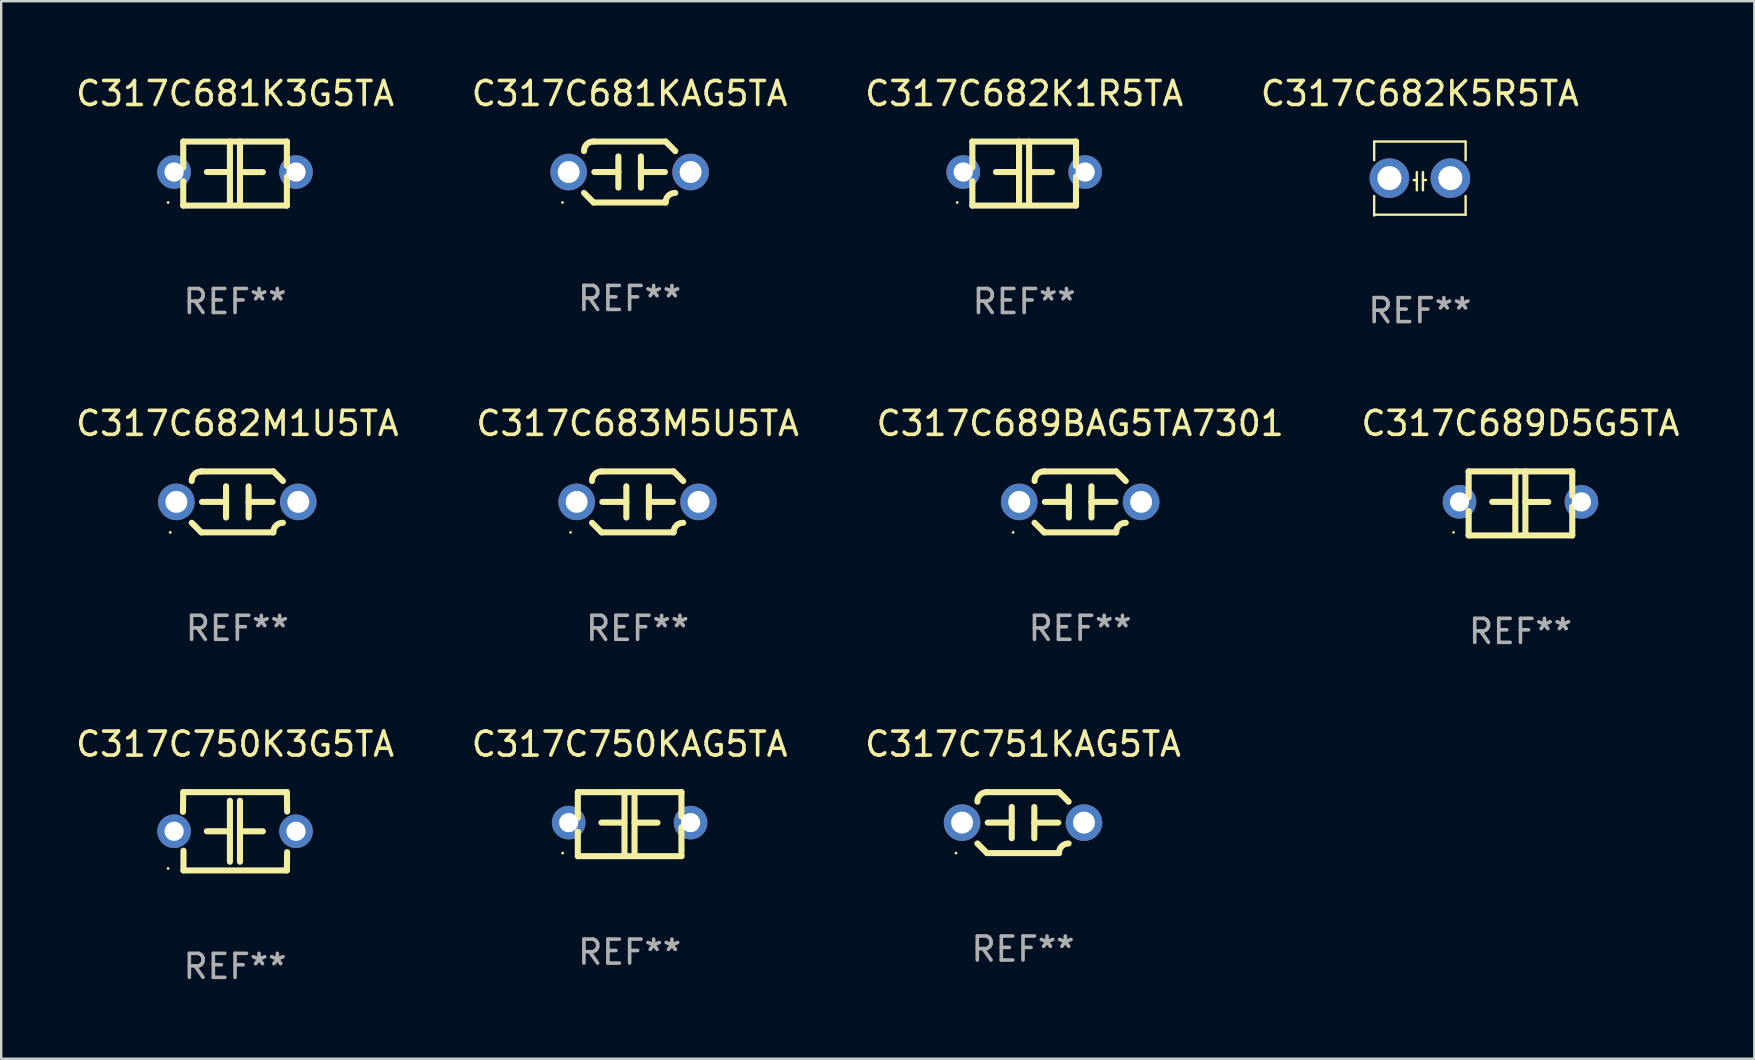
<source format=kicad_pcb>
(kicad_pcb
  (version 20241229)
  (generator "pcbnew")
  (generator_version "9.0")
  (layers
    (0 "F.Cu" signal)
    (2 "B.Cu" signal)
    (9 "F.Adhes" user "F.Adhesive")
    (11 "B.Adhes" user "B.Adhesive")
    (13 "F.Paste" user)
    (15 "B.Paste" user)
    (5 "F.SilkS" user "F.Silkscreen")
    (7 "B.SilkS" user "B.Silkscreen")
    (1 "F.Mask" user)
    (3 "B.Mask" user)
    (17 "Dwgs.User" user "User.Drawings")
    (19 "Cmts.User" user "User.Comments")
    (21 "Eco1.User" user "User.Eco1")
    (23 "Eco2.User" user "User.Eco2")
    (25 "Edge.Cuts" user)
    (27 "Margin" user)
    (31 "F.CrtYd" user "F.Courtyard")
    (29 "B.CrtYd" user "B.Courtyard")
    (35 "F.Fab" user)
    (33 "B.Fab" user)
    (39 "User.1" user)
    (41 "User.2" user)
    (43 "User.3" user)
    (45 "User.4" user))
  (footprint "C317C681KAG5TA"
    (layer "F.Cu")
    (at 23.185 4.118)
    (property "Reference" "C317C681KAG5TA" (at 0 -3.27 0) (layer "F.SilkS") (effects (font (size 1 1) (thickness 0.15))))
    (attr through_hole)
    (fp_line (start -1.5 -1.27) (end 1.5 -1.27) (stroke (width 0.254) (type solid)) (layer "F.SilkS"))
    (fp_line (start -0.47 -0.65) (end -0.47 0.65) (stroke (width 0.254) (type solid)) (layer "F.SilkS"))
    (fp_line (start -0.47 -0.000381) (end -1.47 -0.000381) (stroke (width 0.254) (type solid)) (layer "F.SilkS"))
    (fp_line (start 0.47 0.000356) (end 1.47 0.000356) (stroke (width 0.254) (type solid)) (layer "F.SilkS"))
    (fp_line (start 0.47 0.65) (end 0.47 -0.65) (stroke (width 0.254) (type solid)) (layer "F.SilkS"))
    (fp_line (start 1.5 1.27) (end -1.5 1.27) (stroke (width 0.254) (type solid)) (layer "F.SilkS"))
    (fp_arc (start -1.899924 -0.871221) (mid -1.78599 -1.156887) (end -1.5 -1.270003) (stroke (width 0.254001) (type solid)) (layer "F.SilkS"))
    (fp_arc (start -1.501217 1.269929) (mid -1.700682 1.070039) (end -1.9 0.870003) (stroke (width 0.254001) (type solid)) (layer "F.SilkS"))
    (fp_arc (start 1.5 1.270003) (mid 1.614112 0.984517) (end 1.899923 0.871222) (stroke (width 0.254001) (type solid)) (layer "F.SilkS"))
    (fp_arc (start 1.501219 -1.269927) (mid 1.70319 -1.072538) (end 1.9 -0.870003) (stroke (width 0.254001) (type solid)) (layer "F.SilkS"))
    (fp_circle (center -2.795 1.27) (end -2.765 1.27) (stroke (width 0.06) (type solid)) (fill no) (layer "F.SilkS"))
    (fp_text user "REF**" (at 0 5.27 0) (layer "F.Fab") (effects (font (size 1 1) (thickness 0.15))))
    (pad "1" thru_hole circle (at -2.54 0) (size 1.524 1.524) (drill 0.914) (layers "*.Cu" "*.Mask"))
    (pad "2" thru_hole circle (at 2.54 0) (size 1.524 1.524) (drill 0.914) (layers "*.Cu" "*.Mask")))
  (footprint "C317C750KAG5TA"
    (layer "F.Cu")
    (at 23.185 31.29)
    (property "Reference" "C317C750KAG5TA" (at 0 -3.334 0) (layer "F.SilkS") (effects (font (size 1 1) (thickness 0.15))))
    (attr through_hole)
    (fp_line (start -2.159 -1.334) (end 2.159 -1.334) (stroke (width 0.254) (type solid)) (layer "F.SilkS"))
    (fp_line (start -2.159 -0.256) (end -2.159 -1.334) (stroke (width 0.254) (type solid)) (layer "F.SilkS"))
    (fp_line (start -2.159 1.334) (end -2.159 0.318) (stroke (width 0.254) (type solid)) (layer "F.SilkS"))
    (fp_line (start -0.22 -0.064) (end -1.175 -0.064) (stroke (width 0.254) (type solid)) (layer "F.SilkS"))
    (fp_line (start -0.214 -1.334) (end -0.214 1.207) (stroke (width 0.254) (type solid)) (layer "F.SilkS"))
    (fp_line (start 0.205 -1.334) (end 0.205 1.207) (stroke (width 0.254) (type solid)) (layer "F.SilkS"))
    (fp_line (start 0.205 -0.061) (end 1.16 -0.061) (stroke (width 0.254) (type solid)) (layer "F.SilkS"))
    (fp_line (start 2.159 -1.334) (end 2.159 -0.318) (stroke (width 0.254) (type solid)) (layer "F.SilkS"))
    (fp_line (start 2.159 0.129) (end 2.159 1.334) (stroke (width 0.254) (type solid)) (layer "F.SilkS"))
    (fp_line (start 2.159 1.334) (end -2.159 1.334) (stroke (width 0.254) (type solid)) (layer "F.SilkS"))
    (fp_circle (center -2.79 1.207) (end -2.76 1.207) (stroke (width 0.06) (type solid)) (fill no) (layer "F.SilkS"))
    (fp_text user "REF**" (at 0 5.334 0) (layer "F.Fab") (effects (font (size 1 1) (thickness 0.15))))
    (pad "1" thru_hole circle (at -2.54 -0.064) (size 1.4 1.4) (drill 0.8) (layers "*.Cu" "*.Mask"))
    (pad "2" thru_hole circle (at 2.54 -0.064) (size 1.4 1.4) (drill 0.8) (layers "*.Cu" "*.Mask")))
  (footprint "C317C751KAG5TA"
    (layer "F.Cu")
    (at 39.577 31.226)
    (property "Reference" "C317C751KAG5TA" (at 0 -3.27 0) (layer "F.SilkS") (effects (font (size 1 1) (thickness 0.15))))
    (attr through_hole)
    (fp_line (start -1.5 -1.27) (end 1.5 -1.27) (stroke (width 0.254) (type solid)) (layer "F.SilkS"))
    (fp_line (start -0.47 -0.65) (end -0.47 0.65) (stroke (width 0.254) (type solid)) (layer "F.SilkS"))
    (fp_line (start -0.47 -0.000381) (end -1.47 -0.000381) (stroke (width 0.254) (type solid)) (layer "F.SilkS"))
    (fp_line (start 0.47 0.000356) (end 1.47 0.000356) (stroke (width 0.254) (type solid)) (layer "F.SilkS"))
    (fp_line (start 0.47 0.65) (end 0.47 -0.65) (stroke (width 0.254) (type solid)) (layer "F.SilkS"))
    (fp_line (start 1.5 1.27) (end -1.5 1.27) (stroke (width 0.254) (type solid)) (layer "F.SilkS"))
    (fp_arc (start -1.899924 -0.871221) (mid -1.78599 -1.156887) (end -1.5 -1.270003) (stroke (width 0.254001) (type solid)) (layer "F.SilkS"))
    (fp_arc (start -1.501217 1.269929) (mid -1.700682 1.070039) (end -1.9 0.870003) (stroke (width 0.254001) (type solid)) (layer "F.SilkS"))
    (fp_arc (start 1.5 1.270003) (mid 1.614112 0.984517) (end 1.899923 0.871222) (stroke (width 0.254001) (type solid)) (layer "F.SilkS"))
    (fp_arc (start 1.501219 -1.269927) (mid 1.70319 -1.072538) (end 1.9 -0.870003) (stroke (width 0.254001) (type solid)) (layer "F.SilkS"))
    (fp_circle (center -2.795 1.27) (end -2.765 1.27) (stroke (width 0.06) (type solid)) (fill no) (layer "F.SilkS"))
    (fp_text user "REF**" (at 0 5.27 0) (layer "F.Fab") (effects (font (size 1 1) (thickness 0.15))))
    (pad "1" thru_hole circle (at -2.54 0) (size 1.524 1.524) (drill 0.914) (layers "*.Cu" "*.Mask"))
    (pad "2" thru_hole circle (at 2.54 0) (size 1.524 1.524) (drill 0.914) (layers "*.Cu" "*.Mask")))
  (footprint "C317C681K3G5TA"
    (layer "F.Cu")
    (at 6.744 4.182)
    (property "Reference" "C317C681K3G5TA" (at 0 -3.334 0) (layer "F.SilkS") (effects (font (size 1 1) (thickness 0.15))))
    (attr through_hole)
    (fp_line (start -2.159 -1.334) (end 2.159 -1.334) (stroke (width 0.254) (type solid)) (layer "F.SilkS"))
    (fp_line (start -2.159 -0.256) (end -2.159 -1.334) (stroke (width 0.254) (type solid)) (layer "F.SilkS"))
    (fp_line (start -2.159 1.334) (end -2.159 0.318) (stroke (width 0.254) (type solid)) (layer "F.SilkS"))
    (fp_line (start -0.22 -0.064) (end -1.175 -0.064) (stroke (width 0.254) (type solid)) (layer "F.SilkS"))
    (fp_line (start -0.214 -1.334) (end -0.214 1.207) (stroke (width 0.254) (type solid)) (layer "F.SilkS"))
    (fp_line (start 0.205 -1.334) (end 0.205 1.207) (stroke (width 0.254) (type solid)) (layer "F.SilkS"))
    (fp_line (start 0.205 -0.061) (end 1.16 -0.061) (stroke (width 0.254) (type solid)) (layer "F.SilkS"))
    (fp_line (start 2.159 -1.334) (end 2.159 -0.318) (stroke (width 0.254) (type solid)) (layer "F.SilkS"))
    (fp_line (start 2.159 0.129) (end 2.159 1.334) (stroke (width 0.254) (type solid)) (layer "F.SilkS"))
    (fp_line (start 2.159 1.334) (end -2.159 1.334) (stroke (width 0.254) (type solid)) (layer "F.SilkS"))
    (fp_circle (center -2.79 1.207) (end -2.76 1.207) (stroke (width 0.06) (type solid)) (fill no) (layer "F.SilkS"))
    (fp_text user "REF**" (at 0 5.334 0) (layer "F.Fab") (effects (font (size 1 1) (thickness 0.15))))
    (pad "1" thru_hole circle (at -2.54 -0.064) (size 1.4 1.4) (drill 0.8) (layers "*.Cu" "*.Mask"))
    (pad "2" thru_hole circle (at 2.54 -0.064) (size 1.4 1.4) (drill 0.8) (layers "*.Cu" "*.Mask")))
  (footprint "C317C682M1U5TA"
    (layer "F.Cu")
    (at 6.839 17.863)
    (property "Reference" "C317C682M1U5TA" (at 0 -3.27 0) (layer "F.SilkS") (effects (font (size 1 1) (thickness 0.15))))
    (attr through_hole)
    (fp_line (start -1.5 -1.27) (end 1.5 -1.27) (stroke (width 0.254) (type solid)) (layer "F.SilkS"))
    (fp_line (start -0.47 -0.65) (end -0.47 0.65) (stroke (width 0.254) (type solid)) (layer "F.SilkS"))
    (fp_line (start -0.47 -0.000381) (end -1.47 -0.000381) (stroke (width 0.254) (type solid)) (layer "F.SilkS"))
    (fp_line (start 0.47 0.000356) (end 1.47 0.000356) (stroke (width 0.254) (type solid)) (layer "F.SilkS"))
    (fp_line (start 0.47 0.65) (end 0.47 -0.65) (stroke (width 0.254) (type solid)) (layer "F.SilkS"))
    (fp_line (start 1.5 1.27) (end -1.5 1.27) (stroke (width 0.254) (type solid)) (layer "F.SilkS"))
    (fp_arc (start -1.899924 -0.871221) (mid -1.78599 -1.156887) (end -1.5 -1.270003) (stroke (width 0.254001) (type solid)) (layer "F.SilkS"))
    (fp_arc (start -1.501217 1.269929) (mid -1.700682 1.070039) (end -1.9 0.870003) (stroke (width 0.254001) (type solid)) (layer "F.SilkS"))
    (fp_arc (start 1.5 1.270003) (mid 1.614112 0.984517) (end 1.899923 0.871222) (stroke (width 0.254001) (type solid)) (layer "F.SilkS"))
    (fp_arc (start 1.501219 -1.269927) (mid 1.70319 -1.072538) (end 1.9 -0.870003) (stroke (width 0.254001) (type solid)) (layer "F.SilkS"))
    (fp_circle (center -2.795 1.27) (end -2.765 1.27) (stroke (width 0.06) (type solid)) (fill no) (layer "F.SilkS"))
    (fp_text user "REF**" (at 0 5.27 0) (layer "F.Fab") (effects (font (size 1 1) (thickness 0.15))))
    (pad "1" thru_hole circle (at -2.54 0) (size 1.524 1.524) (drill 0.914) (layers "*.Cu" "*.Mask"))
    (pad "2" thru_hole circle (at 2.54 0) (size 1.524 1.524) (drill 0.914) (layers "*.Cu" "*.Mask")))
  (footprint "C317C689D5G5TA"
    (layer "F.Cu")
    (at 60.304 17.926)
    (property "Reference" "C317C689D5G5TA" (at 0 -3.334 0) (layer "F.SilkS") (effects (font (size 1 1) (thickness 0.15))))
    (attr through_hole)
    (fp_line (start -2.159 -1.334) (end 2.159 -1.334) (stroke (width 0.254) (type solid)) (layer "F.SilkS"))
    (fp_line (start -2.159 -0.256) (end -2.159 -1.334) (stroke (width 0.254) (type solid)) (layer "F.SilkS"))
    (fp_line (start -2.159 1.334) (end -2.159 0.318) (stroke (width 0.254) (type solid)) (layer "F.SilkS"))
    (fp_line (start -0.22 -0.064) (end -1.175 -0.064) (stroke (width 0.254) (type solid)) (layer "F.SilkS"))
    (fp_line (start -0.214 -1.334) (end -0.214 1.207) (stroke (width 0.254) (type solid)) (layer "F.SilkS"))
    (fp_line (start 0.205 -1.334) (end 0.205 1.207) (stroke (width 0.254) (type solid)) (layer "F.SilkS"))
    (fp_line (start 0.205 -0.061) (end 1.16 -0.061) (stroke (width 0.254) (type solid)) (layer "F.SilkS"))
    (fp_line (start 2.159 -1.334) (end 2.159 -0.318) (stroke (width 0.254) (type solid)) (layer "F.SilkS"))
    (fp_line (start 2.159 0.129) (end 2.159 1.334) (stroke (width 0.254) (type solid)) (layer "F.SilkS"))
    (fp_line (start 2.159 1.334) (end -2.159 1.334) (stroke (width 0.254) (type solid)) (layer "F.SilkS"))
    (fp_circle (center -2.79 1.207) (end -2.76 1.207) (stroke (width 0.06) (type solid)) (fill no) (layer "F.SilkS"))
    (fp_text user "REF**" (at 0 5.334 0) (layer "F.Fab") (effects (font (size 1 1) (thickness 0.15))))
    (pad "1" thru_hole circle (at -2.54 -0.064) (size 1.4 1.4) (drill 0.8) (layers "*.Cu" "*.Mask"))
    (pad "2" thru_hole circle (at 2.54 -0.064) (size 1.4 1.4) (drill 0.8) (layers "*.Cu" "*.Mask")))
  (footprint "C317C689BAG5TA7301"
    (layer "F.Cu")
    (at 41.958 17.863)
    (property "Reference" "C317C689BAG5TA7301" (at 0 -3.27 0) (layer "F.SilkS") (effects (font (size 1 1) (thickness 0.15))))
    (attr through_hole)
    (fp_line (start -1.5 -1.27) (end 1.5 -1.27) (stroke (width 0.254) (type solid)) (layer "F.SilkS"))
    (fp_line (start -0.47 -0.65) (end -0.47 0.65) (stroke (width 0.254) (type solid)) (layer "F.SilkS"))
    (fp_line (start -0.47 -0.000381) (end -1.47 -0.000381) (stroke (width 0.254) (type solid)) (layer "F.SilkS"))
    (fp_line (start 0.47 0.000356) (end 1.47 0.000356) (stroke (width 0.254) (type solid)) (layer "F.SilkS"))
    (fp_line (start 0.47 0.65) (end 0.47 -0.65) (stroke (width 0.254) (type solid)) (layer "F.SilkS"))
    (fp_line (start 1.5 1.27) (end -1.5 1.27) (stroke (width 0.254) (type solid)) (layer "F.SilkS"))
    (fp_arc (start -1.899924 -0.871221) (mid -1.78599 -1.156887) (end -1.5 -1.270003) (stroke (width 0.254001) (type solid)) (layer "F.SilkS"))
    (fp_arc (start -1.501217 1.269929) (mid -1.700682 1.070039) (end -1.9 0.870003) (stroke (width 0.254001) (type solid)) (layer "F.SilkS"))
    (fp_arc (start 1.5 1.270003) (mid 1.614112 0.984517) (end 1.899923 0.871222) (stroke (width 0.254001) (type solid)) (layer "F.SilkS"))
    (fp_arc (start 1.501219 -1.269927) (mid 1.70319 -1.072538) (end 1.9 -0.870003) (stroke (width 0.254001) (type solid)) (layer "F.SilkS"))
    (fp_circle (center -2.795 1.27) (end -2.765 1.27) (stroke (width 0.06) (type solid)) (fill no) (layer "F.SilkS"))
    (fp_text user "REF**" (at 0 5.27 0) (layer "F.Fab") (effects (font (size 1 1) (thickness 0.15))))
    (pad "1" thru_hole circle (at -2.54 0) (size 1.524 1.524) (drill 0.914) (layers "*.Cu" "*.Mask"))
    (pad "2" thru_hole circle (at 2.54 0) (size 1.524 1.524) (drill 0.914) (layers "*.Cu" "*.Mask")))
  (footprint "C317C682K1R5TA"
    (layer "F.Cu")
    (at 39.625 4.182)
    (property "Reference" "C317C682K1R5TA" (at 0 -3.334 0) (layer "F.SilkS") (effects (font (size 1 1) (thickness 0.15))))
    (attr through_hole)
    (fp_line (start -2.159 -1.334) (end 2.159 -1.334) (stroke (width 0.254) (type solid)) (layer "F.SilkS"))
    (fp_line (start -2.159 -0.256) (end -2.159 -1.334) (stroke (width 0.254) (type solid)) (layer "F.SilkS"))
    (fp_line (start -2.159 1.334) (end -2.159 0.318) (stroke (width 0.254) (type solid)) (layer "F.SilkS"))
    (fp_line (start -0.22 -0.064) (end -1.175 -0.064) (stroke (width 0.254) (type solid)) (layer "F.SilkS"))
    (fp_line (start -0.214 -1.334) (end -0.214 1.207) (stroke (width 0.254) (type solid)) (layer "F.SilkS"))
    (fp_line (start 0.205 -1.334) (end 0.205 1.207) (stroke (width 0.254) (type solid)) (layer "F.SilkS"))
    (fp_line (start 0.205 -0.061) (end 1.16 -0.061) (stroke (width 0.254) (type solid)) (layer "F.SilkS"))
    (fp_line (start 2.159 -1.334) (end 2.159 -0.318) (stroke (width 0.254) (type solid)) (layer "F.SilkS"))
    (fp_line (start 2.159 0.129) (end 2.159 1.334) (stroke (width 0.254) (type solid)) (layer "F.SilkS"))
    (fp_line (start 2.159 1.334) (end -2.159 1.334) (stroke (width 0.254) (type solid)) (layer "F.SilkS"))
    (fp_circle (center -2.79 1.207) (end -2.76 1.207) (stroke (width 0.06) (type solid)) (fill no) (layer "F.SilkS"))
    (fp_text user "REF**" (at 0 5.334 0) (layer "F.Fab") (effects (font (size 1 1) (thickness 0.15))))
    (pad "1" thru_hole circle (at -2.54 -0.064) (size 1.4 1.4) (drill 0.8) (layers "*.Cu" "*.Mask"))
    (pad "2" thru_hole circle (at 2.54 -0.064) (size 1.4 1.4) (drill 0.8) (layers "*.Cu" "*.Mask")))
  (footprint "C317C750K3G5TA"
    (layer "F.Cu")
    (at 6.744 31.587)
    (property "Reference" "C317C750K3G5TA" (at 0 -3.631 0) (layer "F.SilkS") (effects (font (size 1 1) (thickness 0.15))))
    (attr through_hole)
    (fp_line (start -2.17 -0.81) (end -2.159 -1.631) (stroke (width 0.254) (type solid)) (layer "F.SilkS"))
    (fp_line (start -2.159 -1.631) (end 2.159 -1.631) (stroke (width 0.254) (type solid)) (layer "F.SilkS"))
    (fp_line (start -2.149 1.631) (end -2.149 0.81) (stroke (width 0.254) (type solid)) (layer "F.SilkS"))
    (fp_line (start -0.22 0) (end -1.175 0) (stroke (width 0.254) (type solid)) (layer "F.SilkS"))
    (fp_line (start -0.214 -1.27) (end -0.214 1.27) (stroke (width 0.254) (type solid)) (layer "F.SilkS"))
    (fp_line (start 0.205 -1.27) (end 0.205 1.27) (stroke (width 0.254) (type solid)) (layer "F.SilkS"))
    (fp_line (start 0.205 0.002) (end 1.16 0.002) (stroke (width 0.254) (type solid)) (layer "F.SilkS"))
    (fp_line (start 2.159 -1.631) (end 2.17 -0.82) (stroke (width 0.254) (type solid)) (layer "F.SilkS"))
    (fp_line (start 2.159 1.631) (end -2.149 1.631) (stroke (width 0.254) (type solid)) (layer "F.SilkS"))
    (fp_line (start 2.169 0.871) (end 2.159 1.631) (stroke (width 0.254) (type solid)) (layer "F.SilkS"))
    (fp_circle (center -2.79 1.55) (end -2.76 1.55) (stroke (width 0.06) (type solid)) (fill no) (layer "F.SilkS"))
    (fp_text user "REF**" (at 0 5.631 0) (layer "F.Fab") (effects (font (size 1 1) (thickness 0.15))))
    (pad "1" thru_hole circle (at -2.54 0) (size 1.4 1.4) (drill 0.8) (layers "*.Cu" "*.Mask"))
    (pad "2" thru_hole circle (at 2.54 0) (size 1.4 1.4) (drill 0.8) (layers "*.Cu" "*.Mask")))
  (footprint "C317C682K5R5TA"
    (layer "F.Cu")
    (at 56.113 4.372)
    (property "Reference" "C317C682K5R5TA" (at 0 -3.524 0) (layer "F.SilkS") (effects (font (size 1 1) (thickness 0.15))))
    (attr through_hole)
    (fp_line (start -1.905 -1.524) (end -1.905 -0.745) (stroke (width 0.1) (type solid)) (layer "F.SilkS"))
    (fp_line (start -1.905 0.745) (end -1.905 1.524) (stroke (width 0.1) (type solid)) (layer "F.SilkS"))
    (fp_line (start -1.905 1.524) (end 1.905 1.524) (stroke (width 0.1) (type solid)) (layer "F.SilkS"))
    (fp_line (start -0.127 -0.254) (end -0.127 0.508) (stroke (width 0.1) (type solid)) (layer "F.SilkS"))
    (fp_line (start -0.127 0.082) (end -0.254 0.082) (stroke (width 0.1) (type solid)) (layer "F.SilkS"))
    (fp_line (start 0.127 -0.127) (end 0.127 -0.254) (stroke (width 0.1) (type solid)) (layer "F.SilkS"))
    (fp_line (start 0.127 -0.127) (end 0.127 0.508) (stroke (width 0.1) (type solid)) (layer "F.SilkS"))
    (fp_line (start 0.127 0.077) (end 0.254 0.077) (stroke (width 0.1) (type solid)) (layer "F.SilkS"))
    (fp_line (start 1.905 -1.524) (end -1.905 -1.524) (stroke (width 0.1) (type solid)) (layer "F.SilkS"))
    (fp_line (start 1.905 -0.745) (end 1.905 -1.524) (stroke (width 0.1) (type solid)) (layer "F.SilkS"))
    (fp_line (start 1.905 1.524) (end 1.905 0.745) (stroke (width 0.1) (type solid)) (layer "F.SilkS"))
    (fp_circle (center -1.9 1.55) (end -1.87 1.55) (stroke (width 0.06) (type solid)) (fill no) (layer "F.SilkS"))
    (fp_text user "REF**" (at 0 5.524 0) (layer "F.Fab") (effects (font (size 1 1) (thickness 0.15))))
    (pad "1" thru_hole circle (at -1.27 0) (size 1.65 1.65) (drill 1) (layers "*.Cu" "*.Mask"))
    (pad "2" thru_hole circle (at 1.27 0) (size 1.65 1.65) (drill 1) (layers "*.Cu" "*.Mask")))
  (footprint "C317C683M5U5TA"
    (layer "F.Cu")
    (at 23.518 17.863)
    (property "Reference" "C317C683M5U5TA" (at 0 -3.27 0) (layer "F.SilkS") (effects (font (size 1 1) (thickness 0.15))))
    (attr through_hole)
    (fp_line (start -1.5 -1.27) (end 1.5 -1.27) (stroke (width 0.254) (type solid)) (layer "F.SilkS"))
    (fp_line (start -0.47 -0.65) (end -0.47 0.65) (stroke (width 0.254) (type solid)) (layer "F.SilkS"))
    (fp_line (start -0.47 -0.000381) (end -1.47 -0.000381) (stroke (width 0.254) (type solid)) (layer "F.SilkS"))
    (fp_line (start 0.47 0.000356) (end 1.47 0.000356) (stroke (width 0.254) (type solid)) (layer "F.SilkS"))
    (fp_line (start 0.47 0.65) (end 0.47 -0.65) (stroke (width 0.254) (type solid)) (layer "F.SilkS"))
    (fp_line (start 1.5 1.27) (end -1.5 1.27) (stroke (width 0.254) (type solid)) (layer "F.SilkS"))
    (fp_arc (start -1.899924 -0.871221) (mid -1.78599 -1.156887) (end -1.5 -1.270003) (stroke (width 0.254001) (type solid)) (layer "F.SilkS"))
    (fp_arc (start -1.501217 1.269929) (mid -1.700682 1.070039) (end -1.9 0.870003) (stroke (width 0.254001) (type solid)) (layer "F.SilkS"))
    (fp_arc (start 1.5 1.270003) (mid 1.614112 0.984517) (end 1.899923 0.871222) (stroke (width 0.254001) (type solid)) (layer "F.SilkS"))
    (fp_arc (start 1.501219 -1.269927) (mid 1.70319 -1.072538) (end 1.9 -0.870003) (stroke (width 0.254001) (type solid)) (layer "F.SilkS"))
    (fp_circle (center -2.795 1.27) (end -2.765 1.27) (stroke (width 0.06) (type solid)) (fill no) (layer "F.SilkS"))
    (fp_text user "REF**" (at 0 5.27 0) (layer "F.Fab") (effects (font (size 1 1) (thickness 0.15))))
    (pad "1" thru_hole circle (at -2.54 0) (size 1.524 1.524) (drill 0.914) (layers "*.Cu" "*.Mask"))
    (pad "2" thru_hole circle (at 2.54 0) (size 1.524 1.524) (drill 0.914) (layers "*.Cu" "*.Mask")))
  (gr_rect
    (start -3 -3)
    (end 70.048 41.066)
    (stroke (width 0.1) (type default))
    (fill no)
    (layer "Edge.Cuts")))
</source>
